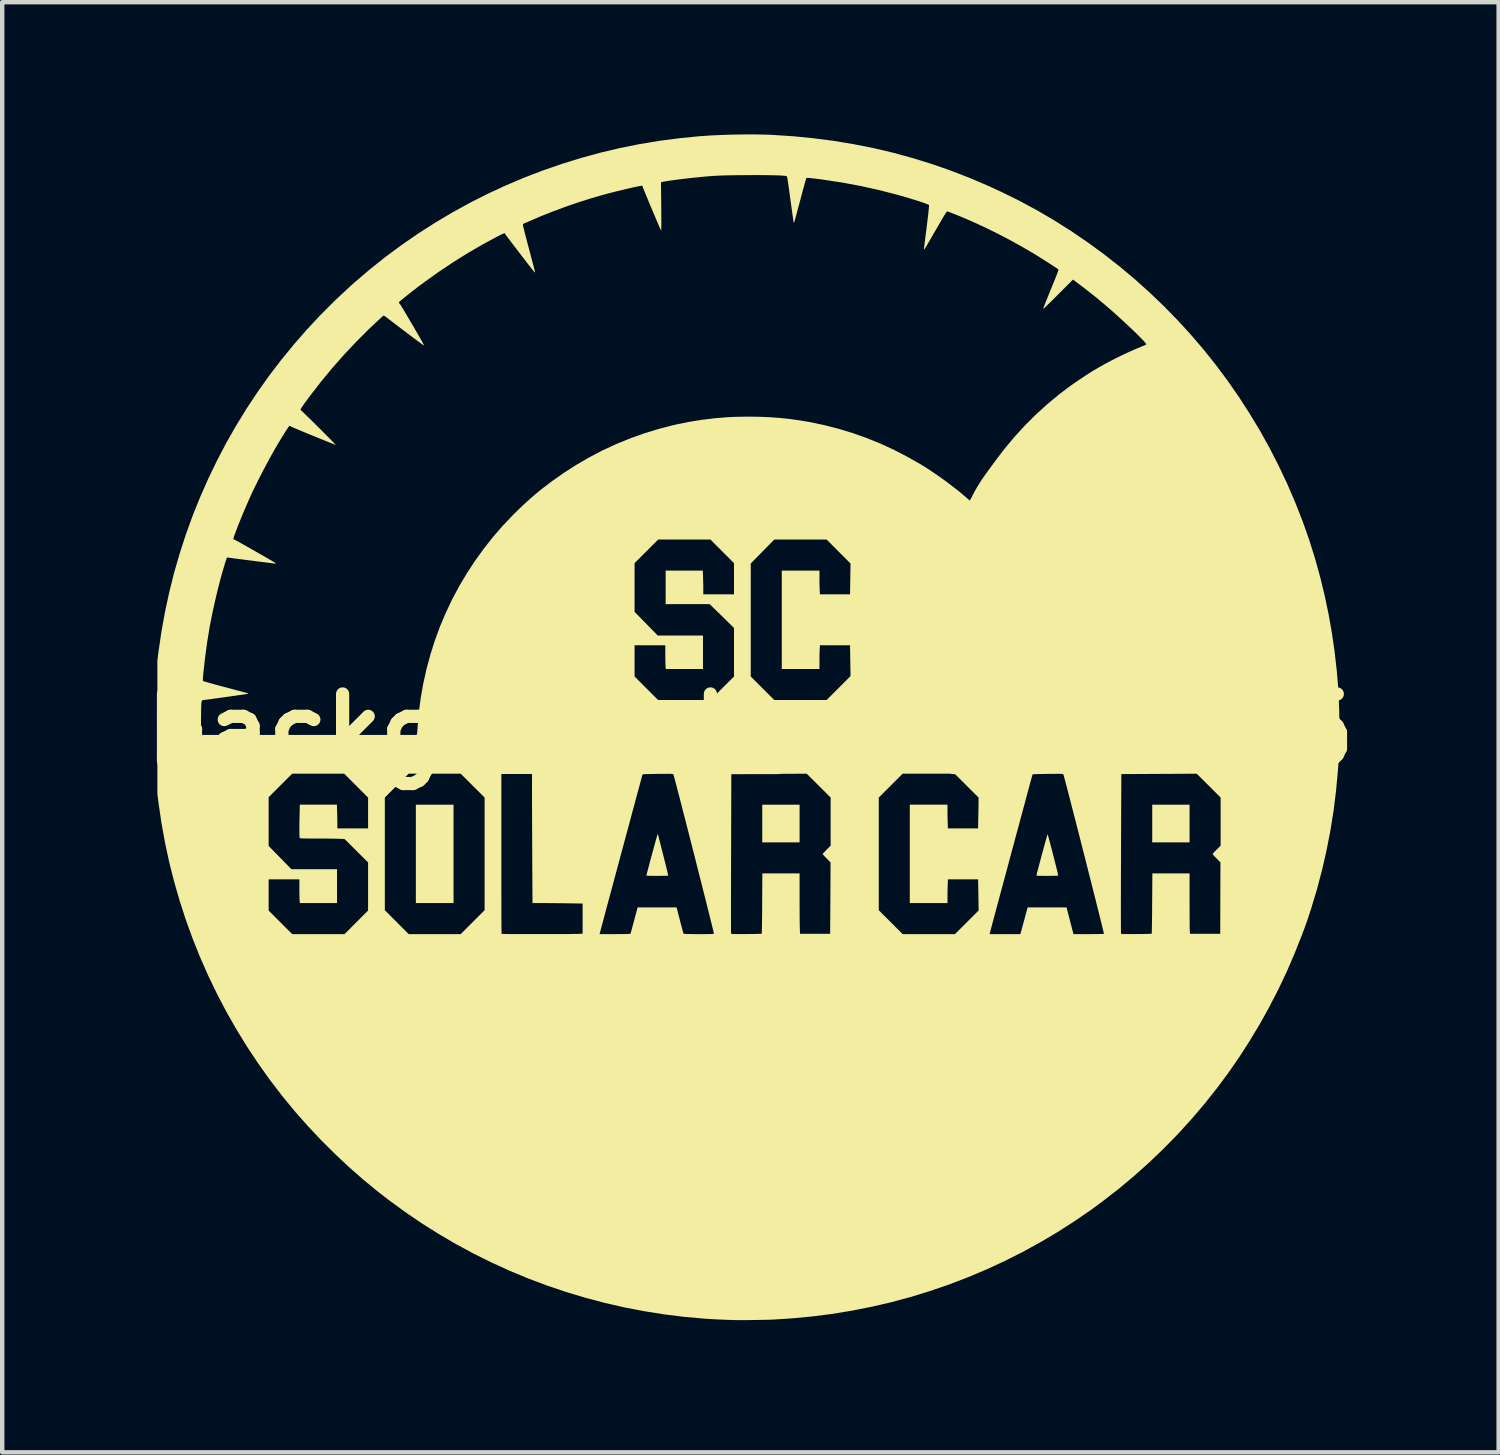
<source format=kicad_pcb>
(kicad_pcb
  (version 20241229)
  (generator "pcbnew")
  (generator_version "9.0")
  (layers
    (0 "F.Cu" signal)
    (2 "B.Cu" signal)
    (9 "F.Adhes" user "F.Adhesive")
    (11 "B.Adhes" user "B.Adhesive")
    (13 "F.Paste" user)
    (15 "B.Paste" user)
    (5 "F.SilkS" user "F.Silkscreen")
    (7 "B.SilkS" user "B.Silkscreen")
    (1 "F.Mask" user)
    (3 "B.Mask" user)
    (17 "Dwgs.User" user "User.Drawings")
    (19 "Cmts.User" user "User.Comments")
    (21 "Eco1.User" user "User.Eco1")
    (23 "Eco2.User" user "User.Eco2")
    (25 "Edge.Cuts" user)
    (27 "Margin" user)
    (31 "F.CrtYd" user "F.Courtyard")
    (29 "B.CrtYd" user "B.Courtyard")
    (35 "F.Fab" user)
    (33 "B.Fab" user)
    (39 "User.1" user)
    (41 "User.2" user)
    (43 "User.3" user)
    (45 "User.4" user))
  (footprint "background_silk_1in125"
    (layer "F.Cu")
    (at 13.977 13.531)
    (property "Reference" "background_silk_1in125" (at 0 0 0) (layer "F.SilkS") (effects (font (size 1.524 1.524) (thickness 0.3))))
    (attr board_only exclude_from_pos_files exclude_from_bom)
    (fp_poly (pts (xy -6.736 3.91) (xy -7.591 3.91) (xy -7.591 1.678) (xy -6.736 1.678)) (stroke (width 0) (type solid)) (fill yes) (layer "F.SilkS"))
    (fp_poly (pts (xy 1.116 2.533) (xy 0.269 2.533) (xy 0.269 1.678) (xy 1.116 1.678)) (stroke (width 0) (type solid)) (fill yes) (layer "F.SilkS"))
    (fp_poly (pts (xy 9.965 2.533) (xy 9.118 2.533) (xy 9.118 1.678) (xy 9.965 1.678)) (stroke (width 0) (type solid)) (fill yes) (layer "F.SilkS"))
    (fp_poly (pts (xy 6.746 2.355) (xy 6.752 2.375) (xy 6.762 2.407) (xy 6.773 2.45) (xy 6.787 2.502) (xy 6.803 2.561) (xy 6.82 2.627) (xy 6.839 2.696) (xy 6.857 2.768) (xy 6.876 2.841) (xy 6.895 2.914) (xy 6.912 2.984) (xy 6.929 3.051) (xy 6.945 3.113) (xy 6.958 3.167) (xy 6.969 3.214) (xy 6.977 3.25) (xy 6.983 3.275) (xy 6.984 3.286) (xy 6.984 3.286) (xy 6.976 3.288) (xy 6.953 3.289) (xy 6.919 3.291) (xy 6.874 3.292) (xy 6.822 3.292) (xy 6.763 3.293) (xy 6.735 3.293) (xy 6.666 3.293) (xy 6.611 3.292) (xy 6.569 3.292) (xy 6.537 3.291) (xy 6.515 3.29) (xy 6.501 3.288) (xy 6.494 3.285) (xy 6.491 3.282) (xy 6.49 3.281) (xy 6.493 3.27) (xy 6.498 3.247) (xy 6.507 3.211) (xy 6.519 3.166) (xy 6.534 3.111) (xy 6.55 3.05) (xy 6.568 2.983) (xy 6.587 2.912) (xy 6.606 2.839) (xy 6.626 2.766) (xy 6.646 2.694) (xy 6.665 2.624) (xy 6.683 2.559) (xy 6.699 2.5) (xy 6.714 2.448) (xy 6.726 2.405) (xy 6.735 2.374) (xy 6.741 2.354) (xy 6.743 2.349)) (stroke (width 0) (type solid)) (fill yes) (layer "F.SilkS"))
    (fp_poly (pts (xy -2.097 2.347) (xy -2.095 2.356) (xy -2.09 2.379) (xy -2.081 2.414) (xy -2.07 2.461) (xy -2.055 2.518) (xy -2.039 2.583) (xy -2.02 2.655) (xy -2.001 2.734) (xy -1.979 2.817) (xy -1.979 2.817) (xy -1.958 2.9) (xy -1.938 2.979) (xy -1.92 3.051) (xy -1.904 3.116) (xy -1.89 3.173) (xy -1.879 3.219) (xy -1.871 3.255) (xy -1.866 3.278) (xy -1.865 3.286) (xy -1.865 3.286) (xy -1.874 3.288) (xy -1.896 3.289) (xy -1.93 3.291) (xy -1.975 3.292) (xy -2.027 3.292) (xy -2.086 3.293) (xy -2.114 3.293) (xy -2.183 3.293) (xy -2.238 3.292) (xy -2.281 3.292) (xy -2.312 3.291) (xy -2.334 3.289) (xy -2.348 3.288) (xy -2.356 3.285) (xy -2.359 3.282) (xy -2.359 3.281) (xy -2.357 3.271) (xy -2.351 3.248) (xy -2.342 3.211) (xy -2.329 3.164) (xy -2.314 3.107) (xy -2.297 3.042) (xy -2.278 2.969) (xy -2.257 2.891) (xy -2.235 2.812) (xy -2.207 2.709) (xy -2.183 2.62) (xy -2.162 2.545) (xy -2.145 2.484) (xy -2.131 2.434) (xy -2.12 2.396) (xy -2.111 2.368) (xy -2.104 2.351) (xy -2.1 2.342) (xy -2.098 2.342)) (stroke (width 0) (type solid)) (fill yes) (layer "F.SilkS"))
    (fp_poly (pts (xy 0.207 -13.529) (xy 0.347 -13.526) (xy 0.476 -13.521) (xy 0.499 -13.52) (xy 0.968 -13.49) (xy 1.431 -13.444) (xy 1.889 -13.385) (xy 2.34 -13.31) (xy 2.786 -13.222) (xy 3.228 -13.118) (xy 3.665 -12.999) (xy 4.097 -12.866) (xy 4.526 -12.717) (xy 4.952 -12.553) (xy 5.374 -12.374) (xy 5.699 -12.225) (xy 6.102 -12.026) (xy 6.499 -11.812) (xy 6.889 -11.584) (xy 7.272 -11.342) (xy 7.647 -11.087) (xy 8.014 -10.819) (xy 8.372 -10.539) (xy 8.722 -10.246) (xy 9.061 -9.942) (xy 9.391 -9.626) (xy 9.71 -9.298) (xy 9.973 -9.011) (xy 10.267 -8.669) (xy 10.55 -8.316) (xy 10.822 -7.952) (xy 11.081 -7.579) (xy 11.328 -7.197) (xy 11.563 -6.807) (xy 11.784 -6.409) (xy 11.992 -6.003) (xy 12.186 -5.591) (xy 12.366 -5.173) (xy 12.532 -4.749) (xy 12.683 -4.321) (xy 12.693 -4.29) (xy 12.818 -3.889) (xy 12.931 -3.478) (xy 13.032 -3.06) (xy 13.121 -2.637) (xy 13.196 -2.21) (xy 13.258 -1.781) (xy 13.306 -1.352) (xy 13.333 -1.037) (xy 13.35 -0.747) (xy 13.361 -0.447) (xy 13.365 -0.142) (xy 13.363 0.164) (xy 13.355 0.467) (xy 13.341 0.762) (xy 13.333 0.879) (xy 13.291 1.34) (xy 13.235 1.8) (xy 13.162 2.257) (xy 13.074 2.711) (xy 12.971 3.161) (xy 12.853 3.608) (xy 12.719 4.051) (xy 12.624 4.338) (xy 12.606 4.387) (xy 12.59 4.432) (xy 12.576 4.472) (xy 12.565 4.502) (xy 12.558 4.52) (xy 12.557 4.524) (xy 12.55 4.539) (xy 12.54 4.566) (xy 12.526 4.602) (xy 12.511 4.643) (xy 12.503 4.662) (xy 12.343 5.067) (xy 12.169 5.47) (xy 11.979 5.87) (xy 11.776 6.264) (xy 11.56 6.653) (xy 11.331 7.034) (xy 11.091 7.407) (xy 10.859 7.743) (xy 10.586 8.111) (xy 10.301 8.47) (xy 10.003 8.819) (xy 9.694 9.158) (xy 9.373 9.486) (xy 9.041 9.803) (xy 8.699 10.109) (xy 8.347 10.403) (xy 7.984 10.684) (xy 7.734 10.868) (xy 7.354 11.129) (xy 6.967 11.377) (xy 6.573 11.61) (xy 6.172 11.83) (xy 5.763 12.036) (xy 5.349 12.227) (xy 4.928 12.404) (xy 4.502 12.567) (xy 4.07 12.715) (xy 3.634 12.849) (xy 3.193 12.968) (xy 2.747 13.071) (xy 2.297 13.16) (xy 1.844 13.234) (xy 1.387 13.292) (xy 0.928 13.335) (xy 0.514 13.361) (xy 0.462 13.363) (xy 0.398 13.365) (xy 0.324 13.366) (xy 0.243 13.368) (xy 0.157 13.37) (xy 0.069 13.371) (xy -0.018 13.372) (xy -0.102 13.373) (xy -0.181 13.373) (xy -0.252 13.373) (xy -0.313 13.373) (xy -0.361 13.372) (xy -0.368 13.372) (xy -0.45 13.369) (xy -0.541 13.366) (xy -0.637 13.362) (xy -0.735 13.358) (xy -0.83 13.353) (xy -0.918 13.348) (xy -0.997 13.343) (xy -1.033 13.341) (xy -1.493 13.3) (xy -1.95 13.244) (xy -2.404 13.172) (xy -2.854 13.086) (xy -3.3 12.984) (xy -3.742 12.867) (xy -4.179 12.736) (xy -4.611 12.59) (xy -5.038 12.43) (xy -5.459 12.255) (xy -5.873 12.066) (xy -6.282 11.864) (xy -6.683 11.647) (xy -7.077 11.416) (xy -7.464 11.172) (xy -7.843 10.914) (xy -8.213 10.643) (xy -8.45 10.46) (xy -8.784 10.185) (xy -9.113 9.897) (xy -9.433 9.596) (xy -9.745 9.285) (xy -10.046 8.965) (xy -10.335 8.638) (xy -10.61 8.304) (xy -10.624 8.286) (xy -10.904 7.921) (xy -11.17 7.547) (xy -11.423 7.166) (xy -11.663 6.776) (xy -11.889 6.379) (xy -12.101 5.974) (xy -12.3 5.563) (xy -12.484 5.145) (xy -12.654 4.722) (xy -12.81 4.293) (xy -12.879 4.08) (xy -10.931 4.08) (xy -10.664 4.347) (xy -10.397 4.615) (xy -9.209 4.615) (xy -8.675 4.08) (xy -8.675 4.072) (xy -8.295 4.072) (xy -8.024 4.343) (xy -7.753 4.615) (xy -6.574 4.615) (xy -3.421 4.615) (xy -3.105 4.615) (xy -3.034 4.614) (xy -2.967 4.614) (xy -2.906 4.614) (xy -2.852 4.613) (xy -2.808 4.612) (xy -2.775 4.611) (xy -2.756 4.61) (xy -2.754 4.61) (xy -2.719 4.605) (xy -2.559 4.009) (xy -1.674 4.009) (xy -1.599 4.302) (xy -1.582 4.368) (xy -1.566 4.429) (xy -1.551 4.484) (xy -1.539 4.53) (xy -1.529 4.567) (xy -1.521 4.592) (xy -1.518 4.604) (xy -1.517 4.605) (xy -1.508 4.607) (xy -1.485 4.609) (xy -1.451 4.611) (xy -1.406 4.612) (xy -1.354 4.613) (xy -1.295 4.614) (xy -1.233 4.615) (xy -1.169 4.615) (xy -1.105 4.615) (xy -1.043 4.615) (xy -0.985 4.614) (xy -0.934 4.614) (xy -0.89 4.612) (xy -0.856 4.611) (xy -0.835 4.609) (xy -0.827 4.607) (xy -0.829 4.599) (xy -0.834 4.576) (xy -0.842 4.539) (xy -0.854 4.489) (xy -0.869 4.428) (xy -0.887 4.355) (xy -0.908 4.271) (xy -0.931 4.179) (xy -0.953 4.089) (xy -0.441 4.089) (xy -0.441 4.195) (xy -0.441 4.29) (xy -0.441 4.373) (xy -0.44 4.445) (xy -0.44 4.504) (xy -0.44 4.55) (xy -0.439 4.582) (xy -0.439 4.599) (xy -0.439 4.601) (xy -0.437 4.605) (xy -0.432 4.608) (xy -0.424 4.61) (xy -0.411 4.612) (xy -0.392 4.613) (xy -0.364 4.614) (xy -0.328 4.614) (xy -0.281 4.614) (xy -0.221 4.614) (xy -0.148 4.613) (xy -0.091 4.613) (xy -0.018 4.612) (xy 0.049 4.612) (xy 0.109 4.611) (xy 0.162 4.609) (xy 0.205 4.608) (xy 0.236 4.607) (xy 0.254 4.606) (xy 0.258 4.605) (xy 0.258 4.596) (xy 0.259 4.573) (xy 0.26 4.536) (xy 0.261 4.487) (xy 0.262 4.427) (xy 0.263 4.357) (xy 0.264 4.277) (xy 0.265 4.19) (xy 0.266 4.097) (xy 0.267 3.997) (xy 0.267 3.918) (xy 0.271 3.237) (xy 1.116 3.237) (xy 1.116 3.79) (xy 1.116 3.887) (xy 1.116 3.981) (xy 1.117 4.073) (xy 1.117 4.16) (xy 1.118 4.241) (xy 1.118 4.313) (xy 1.119 4.375) (xy 1.12 4.426) (xy 1.121 4.463) (xy 1.121 4.475) (xy 1.126 4.607) (xy 1.81 4.607) (xy 1.813 4.072) (xy 2.913 4.072) (xy 3.184 4.343) (xy 3.455 4.615) (xy 4.642 4.615) (xy 5.428 4.615) (xy 6.125 4.615) (xy 6.131 4.597) (xy 6.134 4.585) (xy 6.141 4.56) (xy 6.151 4.524) (xy 6.164 4.477) (xy 6.179 4.423) (xy 6.195 4.362) (xy 6.213 4.297) (xy 6.214 4.294) (xy 6.29 4.009) (xy 7.174 4.009) (xy 7.239 4.262) (xy 7.256 4.326) (xy 7.271 4.386) (xy 7.286 4.442) (xy 7.298 4.49) (xy 7.308 4.529) (xy 7.316 4.556) (xy 7.318 4.565) (xy 7.331 4.615) (xy 7.674 4.615) (xy 7.755 4.614) (xy 7.827 4.614) (xy 7.89 4.613) (xy 7.942 4.612) (xy 7.982 4.611) (xy 8.009 4.609) (xy 8.021 4.608) (xy 8.022 4.607) (xy 8.02 4.599) (xy 8.015 4.576) (xy 8.007 4.539) (xy 7.995 4.489) (xy 7.98 4.428) (xy 7.962 4.355) (xy 7.941 4.272) (xy 7.918 4.179) (xy 7.901 4.111) (xy 8.406 4.111) (xy 8.406 4.217) (xy 8.407 4.309) (xy 8.407 4.388) (xy 8.407 4.454) (xy 8.408 4.508) (xy 8.409 4.55) (xy 8.409 4.579) (xy 8.41 4.597) (xy 8.411 4.603) (xy 8.413 4.606) (xy 8.418 4.608) (xy 8.428 4.61) (xy 8.443 4.612) (xy 8.466 4.613) (xy 8.496 4.614) (xy 8.537 4.614) (xy 8.589 4.614) (xy 8.653 4.614) (xy 8.732 4.613) (xy 8.759 4.613) (xy 8.831 4.612) (xy 8.898 4.612) (xy 8.959 4.611) (xy 9.011 4.61) (xy 9.053 4.609) (xy 9.085 4.607) (xy 9.102 4.606) (xy 9.106 4.606) (xy 9.107 4.597) (xy 9.108 4.574) (xy 9.109 4.537) (xy 9.11 4.488) (xy 9.111 4.428) (xy 9.112 4.358) (xy 9.113 4.278) (xy 9.114 4.191) (xy 9.115 4.098) (xy 9.115 3.999) (xy 9.116 3.919) (xy 9.121 3.237) (xy 9.965 3.237) (xy 9.965 3.861) (xy 9.965 3.961) (xy 9.966 4.057) (xy 9.966 4.149) (xy 9.966 4.234) (xy 9.967 4.312) (xy 9.967 4.382) (xy 9.968 4.441) (xy 9.969 4.488) (xy 9.969 4.523) (xy 9.97 4.544) (xy 9.97 4.546) (xy 9.976 4.607) (xy 10.661 4.607) (xy 10.663 3.797) (xy 10.666 2.988) (xy 10.577 2.897) (xy 10.547 2.866) (xy 10.521 2.838) (xy 10.501 2.816) (xy 10.49 2.802) (xy 10.488 2.798) (xy 10.493 2.79) (xy 10.508 2.773) (xy 10.53 2.749) (xy 10.558 2.72) (xy 10.579 2.699) (xy 10.67 2.608) (xy 10.67 1.516) (xy 10.399 1.245) (xy 10.128 0.975) (xy 8.417 0.984) (xy 8.411 2.278) (xy 8.41 2.529) (xy 8.409 2.764) (xy 8.409 2.983) (xy 8.408 3.188) (xy 8.407 3.378) (xy 8.407 3.553) (xy 8.407 3.713) (xy 8.406 3.86) (xy 8.406 3.992) (xy 8.406 4.111) (xy 7.901 4.111) (xy 7.893 4.077) (xy 7.865 3.967) (xy 7.836 3.851) (xy 7.805 3.728) (xy 7.772 3.599) (xy 7.739 3.466) (xy 7.704 3.329) (xy 7.668 3.188) (xy 7.632 3.046) (xy 7.596 2.902) (xy 7.559 2.758) (xy 7.522 2.613) (xy 7.486 2.47) (xy 7.45 2.329) (xy 7.414 2.19) (xy 7.38 2.055) (xy 7.346 1.924) (xy 7.314 1.799) (xy 7.283 1.679) (xy 7.254 1.566) (xy 7.227 1.461) (xy 7.201 1.364) (xy 7.179 1.276) (xy 7.158 1.199) (xy 7.141 1.132) (xy 7.126 1.077) (xy 7.114 1.034) (xy 7.106 1.005) (xy 7.102 0.99) (xy 7.101 0.988) (xy 7.097 0.985) (xy 7.09 0.983) (xy 7.079 0.981) (xy 7.062 0.979) (xy 7.039 0.978) (xy 7.008 0.978) (xy 6.966 0.977) (xy 6.914 0.978) (xy 6.849 0.978) (xy 6.77 0.979) (xy 6.746 0.979) (xy 6.663 0.981) (xy 6.594 0.982) (xy 6.538 0.983) (xy 6.494 0.984) (xy 6.461 0.985) (xy 6.436 0.987) (xy 6.419 0.988) (xy 6.408 0.991) (xy 6.403 0.993) (xy 6.4 0.996) (xy 6.4 0.996) (xy 6.397 1.007) (xy 6.39 1.033) (xy 6.38 1.071) (xy 6.366 1.123) (xy 6.348 1.186) (xy 6.328 1.261) (xy 6.305 1.345) (xy 6.28 1.44) (xy 6.252 1.542) (xy 6.223 1.653) (xy 6.191 1.771) (xy 6.158 1.894) (xy 6.123 2.023) (xy 6.087 2.157) (xy 6.05 2.294) (xy 6.012 2.434) (xy 5.974 2.577) (xy 5.935 2.72) (xy 5.896 2.864) (xy 5.858 3.008) (xy 5.82 3.15) (xy 5.782 3.29) (xy 5.745 3.428) (xy 5.709 3.561) (xy 5.674 3.69) (xy 5.641 3.814) (xy 5.609 3.932) (xy 5.579 4.043) (xy 5.552 4.146) (xy 5.526 4.24) (xy 5.504 4.325) (xy 5.484 4.4) (xy 5.467 4.464) (xy 5.453 4.516) (xy 5.442 4.555) (xy 5.435 4.58) (xy 5.433 4.591) (xy 5.432 4.592) (xy 5.428 4.615) (xy 4.642 4.615) (xy 5.179 4.078) (xy 5.173 3.725) (xy 5.167 3.372) (xy 4.482 3.372) (xy 4.477 3.485) (xy 4.476 3.531) (xy 4.474 3.588) (xy 4.473 3.65) (xy 4.472 3.712) (xy 4.472 3.754) (xy 4.472 3.91) (xy 3.617 3.91) (xy 3.617 1.678) (xy 4.472 1.678) (xy 4.472 1.834) (xy 4.472 1.893) (xy 4.473 1.955) (xy 4.475 2.016) (xy 4.476 2.071) (xy 4.477 2.103) (xy 4.482 2.216) (xy 5.166 2.216) (xy 5.171 1.961) (xy 5.173 1.894) (xy 5.174 1.826) (xy 5.175 1.763) (xy 5.176 1.705) (xy 5.176 1.656) (xy 5.177 1.619) (xy 5.177 1.611) (xy 5.177 1.516) (xy 4.905 1.245) (xy 4.634 0.974) (xy 3.455 0.974) (xy 3.184 1.245) (xy 2.913 1.516) (xy 2.913 4.072) (xy 1.813 4.072) (xy 1.815 3.797) (xy 1.819 2.988) (xy 1.729 2.897) (xy 1.698 2.866) (xy 1.672 2.838) (xy 1.652 2.816) (xy 1.641 2.802) (xy 1.638 2.798) (xy 1.644 2.79) (xy 1.659 2.773) (xy 1.681 2.749) (xy 1.709 2.72) (xy 1.729 2.699) (xy 1.821 2.608) (xy 1.821 1.516) (xy 1.549 1.245) (xy 1.278 0.975) (xy -0.433 0.984) (xy -0.438 2.786) (xy -0.439 2.954) (xy -0.439 3.117) (xy -0.44 3.276) (xy -0.44 3.43) (xy -0.44 3.577) (xy -0.441 3.717) (xy -0.441 3.85) (xy -0.441 3.974) (xy -0.441 4.089) (xy -0.953 4.089) (xy -0.957 4.077) (xy -0.984 3.967) (xy -1.013 3.85) (xy -1.044 3.727) (xy -1.077 3.599) (xy -1.11 3.465) (xy -1.145 3.328) (xy -1.181 3.188) (xy -1.217 3.046) (xy -1.253 2.902) (xy -1.29 2.757) (xy -1.327 2.613) (xy -1.363 2.47) (xy -1.399 2.329) (xy -1.435 2.19) (xy -1.469 2.055) (xy -1.503 1.924) (xy -1.535 1.799) (xy -1.566 1.679) (xy -1.595 1.566) (xy -1.622 1.461) (xy -1.648 1.364) (xy -1.67 1.276) (xy -1.691 1.199) (xy -1.708 1.132) (xy -1.723 1.077) (xy -1.735 1.034) (xy -1.743 1.005) (xy -1.747 0.99) (xy -1.748 0.988) (xy -1.753 0.985) (xy -1.759 0.983) (xy -1.77 0.981) (xy -1.787 0.979) (xy -1.81 0.978) (xy -1.842 0.978) (xy -1.883 0.977) (xy -1.936 0.978) (xy -2.001 0.978) (xy -2.08 0.979) (xy -2.103 0.979) (xy -2.186 0.981) (xy -2.255 0.982) (xy -2.311 0.983) (xy -2.355 0.984) (xy -2.388 0.985) (xy -2.413 0.987) (xy -2.43 0.988) (xy -2.441 0.991) (xy -2.447 0.993) (xy -2.449 0.996) (xy -2.449 0.996) (xy -2.452 1.008) (xy -2.459 1.033) (xy -2.47 1.073) (xy -2.484 1.124) (xy -2.501 1.188) (xy -2.521 1.263) (xy -2.544 1.348) (xy -2.57 1.442) (xy -2.598 1.545) (xy -2.627 1.656) (xy -2.659 1.774) (xy -2.693 1.898) (xy -2.727 2.027) (xy -2.763 2.161) (xy -2.8 2.298) (xy -2.838 2.438) (xy -2.876 2.581) (xy -2.915 2.724) (xy -2.954 2.868) (xy -2.992 3.011) (xy -3.031 3.154) (xy -3.068 3.294) (xy -3.105 3.431) (xy -3.141 3.565) (xy -3.176 3.694) (xy -3.209 3.818) (xy -3.241 3.935) (xy -3.271 4.046) (xy -3.298 4.149) (xy -3.323 4.243) (xy -3.346 4.328) (xy -3.366 4.402) (xy -3.383 4.466) (xy -3.397 4.517) (xy -3.407 4.556) (xy -3.414 4.581) (xy -3.417 4.592) (xy -3.417 4.593) (xy -3.421 4.615) (xy -6.574 4.615) (xy -6.302 4.343) (xy -6.031 4.072) (xy -6.031 2.793) (xy -5.651 2.793) (xy -5.651 2.961) (xy -5.651 3.125) (xy -5.651 3.284) (xy -5.651 3.438) (xy -5.651 3.585) (xy -5.651 3.725) (xy -5.65 3.858) (xy -5.65 3.982) (xy -5.65 4.097) (xy -5.65 4.203) (xy -5.649 4.298) (xy -5.649 4.381) (xy -5.648 4.453) (xy -5.648 4.512) (xy -5.647 4.558) (xy -5.647 4.589) (xy -5.646 4.606) (xy -5.646 4.609) (xy -5.638 4.61) (xy -5.615 4.611) (xy -5.578 4.611) (xy -5.529 4.612) (xy -5.47 4.613) (xy -5.401 4.613) (xy -5.323 4.613) (xy -5.238 4.614) (xy -5.148 4.614) (xy -5.052 4.614) (xy -4.953 4.614) (xy -4.852 4.614) (xy -4.75 4.614) (xy -4.648 4.614) (xy -4.547 4.614) (xy -4.449 4.614) (xy -4.356 4.614) (xy -4.267 4.613) (xy -4.184 4.613) (xy -4.11 4.613) (xy -4.044 4.612) (xy -3.988 4.611) (xy -3.943 4.611) (xy -3.911 4.61) (xy -3.896 4.609) (xy -3.807 4.604) (xy -3.807 3.921) (xy -4.188 3.915) (xy -4.273 3.914) (xy -4.36 3.913) (xy -4.446 3.912) (xy -4.528 3.912) (xy -4.605 3.911) (xy -4.673 3.91) (xy -4.729 3.91) (xy -4.757 3.91) (xy -4.944 3.91) (xy -4.95 2.99) (xy -4.95 2.857) (xy -4.951 2.719) (xy -4.952 2.578) (xy -4.952 2.437) (xy -4.953 2.296) (xy -4.953 2.158) (xy -4.954 2.025) (xy -4.954 1.899) (xy -4.955 1.782) (xy -4.955 1.675) (xy -4.955 1.581) (xy -4.955 1.526) (xy -4.955 0.981) (xy -5.651 0.981) (xy -5.651 2.793) (xy -6.031 2.793) (xy -6.031 1.516) (xy -6.303 1.245) (xy -6.574 0.974) (xy -7.753 0.974) (xy -8.024 1.245) (xy -8.295 1.516) (xy -8.295 4.072) (xy -8.675 4.072) (xy -8.675 2.988) (xy -9.209 2.456) (xy -9.36 2.451) (xy -9.401 2.45) (xy -9.455 2.449) (xy -9.52 2.448) (xy -9.593 2.447) (xy -9.671 2.446) (xy -9.752 2.446) (xy -9.833 2.446) (xy -9.863 2.446) (xy -9.953 2.446) (xy -10.028 2.445) (xy -10.09 2.445) (xy -10.138 2.444) (xy -10.175 2.443) (xy -10.201 2.441) (xy -10.217 2.439) (xy -10.225 2.437) (xy -10.225 2.436) (xy -10.229 2.424) (xy -10.231 2.397) (xy -10.233 2.353) (xy -10.234 2.294) (xy -10.234 2.22) (xy -10.234 2.13) (xy -10.232 2.025) (xy -10.229 1.905) (xy -10.229 1.898) (xy -10.224 1.678) (xy -9.382 1.678) (xy -9.377 1.857) (xy -9.375 1.916) (xy -9.374 1.975) (xy -9.373 2.032) (xy -9.372 2.081) (xy -9.372 2.12) (xy -9.372 2.127) (xy -9.372 2.216) (xy -8.675 2.216) (xy -8.675 1.516) (xy -9.217 0.974) (xy -10.397 0.974) (xy -10.664 1.241) (xy -10.931 1.508) (xy -10.931 2.614) (xy -10.415 3.142) (xy -9.38 3.142) (xy -9.38 3.91) (xy -10.224 3.91) (xy -10.229 3.833) (xy -10.231 3.802) (xy -10.232 3.759) (xy -10.233 3.707) (xy -10.234 3.65) (xy -10.234 3.591) (xy -10.234 3.564) (xy -10.234 3.372) (xy -10.931 3.372) (xy -10.931 4.08) (xy -12.879 4.08) (xy -12.951 3.858) (xy -13.077 3.419) (xy -13.189 2.976) (xy -13.285 2.528) (xy -13.366 2.077) (xy -13.432 1.623) (xy -13.433 1.616) (xy -13.456 1.432) (xy -13.456 0.095) (xy -12.469 0.095) (xy -7.575 0.095) (xy -7.567 0.077) (xy -7.565 0.064) (xy -7.561 0.037) (xy -7.558 0.001) (xy -7.554 -0.042) (xy -7.551 -0.087) (xy -7.523 -0.418) (xy -7.48 -0.749) (xy -7.421 -1.08) (xy -7.387 -1.231) (xy -2.628 -1.231) (xy -2.361 -0.964) (xy -2.094 -0.697) (xy -0.906 -0.697) (xy -0.639 -0.964) (xy -0.372 -1.231) (xy -0.372 -1.231) (xy 0.008 -1.231) (xy 0.275 -0.964) (xy 0.542 -0.697) (xy 1.73 -0.697) (xy 2.001 -0.968) (xy 2.272 -1.239) (xy 2.261 -1.939) (xy 1.578 -1.939) (xy 1.572 -1.843) (xy 1.571 -1.805) (xy 1.569 -1.755) (xy 1.568 -1.697) (xy 1.568 -1.637) (xy 1.567 -1.579) (xy 1.567 -1.574) (xy 1.567 -1.401) (xy 0.712 -1.401) (xy 0.712 -3.633) (xy 1.567 -3.633) (xy 1.567 -3.46) (xy 1.567 -3.402) (xy 1.568 -3.342) (xy 1.569 -3.284) (xy 1.571 -3.233) (xy 1.572 -3.194) (xy 1.572 -3.191) (xy 1.578 -3.095) (xy 2.261 -3.095) (xy 2.272 -3.795) (xy 2.001 -4.066) (xy 1.73 -4.338) (xy 1.136 -4.338) (xy 0.542 -4.338) (xy 0.275 -4.067) (xy 0.008 -3.795) (xy 0.008 -2.513) (xy 0.008 -1.231) (xy -0.372 -1.231) (xy -0.372 -2.332) (xy -0.648 -2.603) (xy -0.925 -2.873) (xy -1.923 -2.873) (xy -1.923 -3.633) (xy -1.079 -3.633) (xy -1.074 -3.477) (xy -1.072 -3.419) (xy -1.071 -3.357) (xy -1.069 -3.295) (xy -1.069 -3.241) (xy -1.069 -3.208) (xy -1.069 -3.095) (xy -0.372 -3.095) (xy -0.372 -3.803) (xy -0.639 -4.07) (xy -0.906 -4.338) (xy -2.093 -4.338) (xy -2.361 -4.07) (xy -2.628 -3.803) (xy -2.628 -2.698) (xy -2.365 -2.429) (xy -2.103 -2.161) (xy -1.076 -2.161) (xy -1.076 -1.401) (xy -1.921 -1.401) (xy -1.926 -1.49) (xy -1.928 -1.525) (xy -1.929 -1.573) (xy -1.93 -1.628) (xy -1.931 -1.687) (xy -1.931 -1.746) (xy -1.931 -1.759) (xy -1.931 -1.939) (xy -2.628 -1.939) (xy -2.628 -1.231) (xy -7.387 -1.231) (xy -7.347 -1.41) (xy -7.258 -1.738) (xy -7.16 -2.047) (xy -7.044 -2.364) (xy -6.912 -2.675) (xy -6.767 -2.981) (xy -6.607 -3.28) (xy -6.434 -3.572) (xy -6.248 -3.856) (xy -6.049 -4.132) (xy -5.838 -4.399) (xy -5.615 -4.656) (xy -5.38 -4.903) (xy -5.234 -5.046) (xy -5.125 -5.149) (xy -5.023 -5.241) (xy -4.925 -5.328) (xy -4.827 -5.41) (xy -4.725 -5.492) (xy -4.618 -5.575) (xy -4.528 -5.643) (xy -4.244 -5.844) (xy -3.954 -6.031) (xy -3.657 -6.203) (xy -3.353 -6.362) (xy -3.043 -6.505) (xy -2.725 -6.635) (xy -2.401 -6.75) (xy -2.071 -6.851) (xy -1.734 -6.938) (xy -1.666 -6.953) (xy -1.389 -7.009) (xy -1.107 -7.054) (xy -0.823 -7.089) (xy -0.541 -7.113) (xy -0.297 -7.124) (xy -0.039 -7.127) (xy 0.207 -7.124) (xy 0.444 -7.114) (xy 0.676 -7.097) (xy 0.904 -7.072) (xy 1.133 -7.04) (xy 1.322 -7.008) (xy 1.658 -6.939) (xy 1.99 -6.855) (xy 2.316 -6.756) (xy 2.637 -6.643) (xy 2.953 -6.514) (xy 3.265 -6.37) (xy 3.572 -6.211) (xy 3.875 -6.038) (xy 4.008 -5.955) (xy 4.146 -5.864) (xy 4.288 -5.766) (xy 4.429 -5.665) (xy 4.566 -5.562) (xy 4.697 -5.46) (xy 4.819 -5.36) (xy 4.884 -5.304) (xy 4.915 -5.276) (xy 4.943 -5.253) (xy 4.964 -5.235) (xy 4.976 -5.226) (xy 4.979 -5.224) (xy 4.984 -5.231) (xy 4.994 -5.249) (xy 5.008 -5.276) (xy 5.026 -5.31) (xy 5.029 -5.317) (xy 5.09 -5.434) (xy 5.158 -5.551) (xy 5.235 -5.675) (xy 5.238 -5.679) (xy 5.262 -5.714) (xy 5.294 -5.76) (xy 5.333 -5.815) (xy 5.377 -5.877) (xy 5.426 -5.944) (xy 5.477 -6.013) (xy 5.53 -6.085) (xy 5.582 -6.156) (xy 5.634 -6.224) (xy 5.682 -6.288) (xy 5.727 -6.346) (xy 5.766 -6.396) (xy 5.781 -6.415) (xy 6.004 -6.681) (xy 6.239 -6.937) (xy 6.485 -7.181) (xy 6.742 -7.414) (xy 7.01 -7.636) (xy 7.227 -7.801) (xy 7.275 -7.835) (xy 7.334 -7.877) (xy 7.4 -7.922) (xy 7.471 -7.97) (xy 7.543 -8.018) (xy 7.614 -8.065) (xy 7.681 -8.108) (xy 7.74 -8.146) (xy 7.781 -8.171) (xy 7.926 -8.256) (xy 8.081 -8.342) (xy 8.242 -8.427) (xy 8.407 -8.509) (xy 8.57 -8.586) (xy 8.729 -8.656) (xy 8.873 -8.716) (xy 8.91 -8.731) (xy 8.943 -8.745) (xy 8.967 -8.757) (xy 8.981 -8.764) (xy 8.982 -8.765) (xy 8.981 -8.775) (xy 8.968 -8.795) (xy 8.943 -8.825) (xy 8.907 -8.864) (xy 8.859 -8.914) (xy 8.8 -8.973) (xy 8.731 -9.041) (xy 8.65 -9.118) (xy 8.591 -9.174) (xy 8.399 -9.352) (xy 8.214 -9.519) (xy 8.031 -9.677) (xy 7.849 -9.829) (xy 7.664 -9.976) (xy 7.475 -10.121) (xy 7.461 -10.131) (xy 7.32 -10.237) (xy 6.985 -9.902) (xy 6.925 -9.842) (xy 6.869 -9.786) (xy 6.816 -9.734) (xy 6.769 -9.688) (xy 6.728 -9.649) (xy 6.694 -9.617) (xy 6.669 -9.593) (xy 6.653 -9.579) (xy 6.647 -9.575) (xy 6.646 -9.577) (xy 6.646 -9.581) (xy 6.648 -9.589) (xy 6.652 -9.6) (xy 6.657 -9.616) (xy 6.666 -9.638) (xy 6.677 -9.667) (xy 6.692 -9.705) (xy 6.71 -9.751) (xy 6.733 -9.808) (xy 6.761 -9.875) (xy 6.793 -9.955) (xy 6.831 -10.048) (xy 6.85 -10.095) (xy 6.885 -10.18) (xy 6.913 -10.251) (xy 6.937 -10.31) (xy 6.955 -10.357) (xy 6.969 -10.395) (xy 6.979 -10.423) (xy 6.986 -10.444) (xy 6.989 -10.457) (xy 6.989 -10.465) (xy 6.988 -10.468) (xy 6.976 -10.477) (xy 6.952 -10.494) (xy 6.918 -10.516) (xy 6.876 -10.544) (xy 6.827 -10.576) (xy 6.774 -10.611) (xy 6.717 -10.647) (xy 6.658 -10.684) (xy 6.6 -10.721) (xy 6.543 -10.757) (xy 6.49 -10.79) (xy 6.442 -10.819) (xy 6.411 -10.838) (xy 6.159 -10.985) (xy 5.899 -11.129) (xy 5.637 -11.266) (xy 5.376 -11.396) (xy 5.118 -11.516) (xy 4.971 -11.582) (xy 4.919 -11.604) (xy 4.863 -11.628) (xy 4.804 -11.652) (xy 4.745 -11.677) (xy 4.686 -11.701) (xy 4.631 -11.723) (xy 4.58 -11.743) (xy 4.536 -11.76) (xy 4.501 -11.774) (xy 4.477 -11.782) (xy 4.465 -11.786) (xy 4.464 -11.786) (xy 4.459 -11.782) (xy 4.449 -11.769) (xy 4.434 -11.747) (xy 4.413 -11.714) (xy 4.387 -11.672) (xy 4.355 -11.618) (xy 4.316 -11.552) (xy 4.271 -11.474) (xy 4.218 -11.383) (xy 4.199 -11.35) (xy 4.155 -11.275) (xy 4.114 -11.203) (xy 4.075 -11.136) (xy 4.04 -11.077) (xy 4.009 -11.024) (xy 3.983 -10.981) (xy 3.962 -10.948) (xy 3.948 -10.925) (xy 3.941 -10.916) (xy 3.941 -10.915) (xy 3.937 -10.922) (xy 3.937 -10.938) (xy 3.938 -10.941) (xy 3.939 -10.953) (xy 3.943 -10.98) (xy 3.948 -11.019) (xy 3.954 -11.07) (xy 3.962 -11.131) (xy 3.971 -11.2) (xy 3.98 -11.276) (xy 3.991 -11.357) (xy 4.001 -11.441) (xy 4.015 -11.552) (xy 4.026 -11.648) (xy 4.036 -11.729) (xy 4.043 -11.796) (xy 4.048 -11.848) (xy 4.052 -11.888) (xy 4.053 -11.914) (xy 4.053 -11.927) (xy 4.052 -11.929) (xy 4.042 -11.936) (xy 4.019 -11.946) (xy 3.983 -11.96) (xy 3.936 -11.977) (xy 3.88 -11.996) (xy 3.815 -12.018) (xy 3.745 -12.04) (xy 3.669 -12.064) (xy 3.59 -12.088) (xy 3.508 -12.112) (xy 3.426 -12.136) (xy 3.348 -12.158) (xy 2.934 -12.265) (xy 2.511 -12.359) (xy 2.082 -12.439) (xy 1.647 -12.505) (xy 1.548 -12.518) (xy 1.476 -12.527) (xy 1.417 -12.534) (xy 1.372 -12.539) (xy 1.337 -12.543) (xy 1.311 -12.544) (xy 1.293 -12.544) (xy 1.281 -12.543) (xy 1.273 -12.54) (xy 1.268 -12.536) (xy 1.268 -12.536) (xy 1.265 -12.527) (xy 1.258 -12.503) (xy 1.247 -12.468) (xy 1.234 -12.42) (xy 1.218 -12.363) (xy 1.2 -12.297) (xy 1.18 -12.224) (xy 1.159 -12.145) (xy 1.137 -12.061) (xy 1.132 -12.045) (xy 1.11 -11.96) (xy 1.088 -11.879) (xy 1.068 -11.804) (xy 1.049 -11.735) (xy 1.033 -11.675) (xy 1.019 -11.624) (xy 1.008 -11.584) (xy 1 -11.557) (xy 0.996 -11.543) (xy 0.996 -11.542) (xy 0.987 -11.521) (xy 0.98 -11.544) (xy 0.978 -11.556) (xy 0.974 -11.583) (xy 0.968 -11.622) (xy 0.961 -11.672) (xy 0.952 -11.732) (xy 0.943 -11.801) (xy 0.932 -11.877) (xy 0.921 -11.958) (xy 0.91 -12.039) (xy 0.898 -12.125) (xy 0.887 -12.207) (xy 0.877 -12.283) (xy 0.867 -12.353) (xy 0.858 -12.415) (xy 0.85 -12.466) (xy 0.844 -12.507) (xy 0.84 -12.534) (xy 0.837 -12.547) (xy 0.831 -12.57) (xy 0.822 -12.582) (xy 0.808 -12.587) (xy 0.804 -12.588) (xy 0.767 -12.593) (xy 0.715 -12.597) (xy 0.647 -12.601) (xy 0.564 -12.603) (xy 0.466 -12.605) (xy 0.353 -12.607) (xy 0.225 -12.608) (xy 0.083 -12.608) (xy -0.074 -12.607) (xy -0.103 -12.607) (xy -0.224 -12.606) (xy -0.331 -12.605) (xy -0.426 -12.604) (xy -0.511 -12.602) (xy -0.589 -12.601) (xy -0.66 -12.598) (xy -0.728 -12.595) (xy -0.794 -12.592) (xy -0.86 -12.588) (xy -0.927 -12.583) (xy -0.999 -12.577) (xy -1.077 -12.57) (xy -1.163 -12.561) (xy -1.206 -12.557) (xy -1.276 -12.55) (xy -1.35 -12.542) (xy -1.428 -12.533) (xy -1.508 -12.524) (xy -1.587 -12.514) (xy -1.665 -12.504) (xy -1.739 -12.494) (xy -1.807 -12.485) (xy -1.869 -12.476) (xy -1.922 -12.467) (xy -1.964 -12.46) (xy -1.994 -12.454) (xy -2.01 -12.45) (xy -2.029 -12.442) (xy -2.023 -11.896) (xy -2.022 -11.805) (xy -2.022 -11.718) (xy -2.021 -11.638) (xy -2.021 -11.565) (xy -2.021 -11.5) (xy -2.021 -11.445) (xy -2.022 -11.402) (xy -2.023 -11.371) (xy -2.023 -11.354) (xy -2.024 -11.35) (xy -2.029 -11.357) (xy -2.039 -11.377) (xy -2.053 -11.408) (xy -2.071 -11.447) (xy -2.091 -11.494) (xy -2.113 -11.546) (xy -2.115 -11.55) (xy -2.17 -11.68) (xy -2.219 -11.796) (xy -2.262 -11.898) (xy -2.3 -11.988) (xy -2.332 -12.066) (xy -2.36 -12.133) (xy -2.384 -12.19) (xy -2.403 -12.237) (xy -2.418 -12.274) (xy -2.43 -12.303) (xy -2.438 -12.325) (xy -2.443 -12.339) (xy -2.446 -12.347) (xy -2.446 -12.348) (xy -2.451 -12.362) (xy -2.457 -12.366) (xy -2.469 -12.366) (xy -2.495 -12.362) (xy -2.533 -12.355) (xy -2.583 -12.345) (xy -2.641 -12.333) (xy -2.707 -12.318) (xy -2.78 -12.302) (xy -2.857 -12.283) (xy -2.937 -12.264) (xy -3.019 -12.244) (xy -3.101 -12.223) (xy -3.182 -12.203) (xy -3.26 -12.182) (xy -3.334 -12.162) (xy -3.34 -12.161) (xy -3.614 -12.081) (xy -3.894 -11.993) (xy -4.176 -11.896) (xy -4.455 -11.793) (xy -4.727 -11.686) (xy -4.968 -11.583) (xy -5.015 -11.563) (xy -5.057 -11.544) (xy -5.094 -11.529) (xy -5.122 -11.517) (xy -5.138 -11.51) (xy -5.14 -11.509) (xy -5.154 -11.501) (xy -5.16 -11.486) (xy -5.161 -11.472) (xy -5.159 -11.46) (xy -5.153 -11.433) (xy -5.144 -11.394) (xy -5.131 -11.344) (xy -5.116 -11.284) (xy -5.098 -11.215) (xy -5.078 -11.139) (xy -5.057 -11.057) (xy -5.034 -10.971) (xy -5.022 -10.925) (xy -4.998 -10.838) (xy -4.976 -10.755) (xy -4.956 -10.677) (xy -4.937 -10.607) (xy -4.921 -10.545) (xy -4.908 -10.493) (xy -4.898 -10.451) (xy -4.891 -10.421) (xy -4.887 -10.405) (xy -4.887 -10.402) (xy -4.896 -10.403) (xy -4.903 -10.409) (xy -4.914 -10.422) (xy -4.933 -10.446) (xy -4.96 -10.48) (xy -4.992 -10.521) (xy -5.03 -10.57) (xy -5.072 -10.624) (xy -5.117 -10.682) (xy -5.165 -10.744) (xy -5.214 -10.808) (xy -5.263 -10.872) (xy -5.311 -10.935) (xy -5.358 -10.996) (xy -5.402 -11.054) (xy -5.443 -11.108) (xy -5.479 -11.155) (xy -5.509 -11.196) (xy -5.533 -11.228) (xy -5.549 -11.25) (xy -5.557 -11.262) (xy -5.558 -11.263) (xy -5.567 -11.281) (xy -5.576 -11.29) (xy -5.586 -11.288) (xy -5.608 -11.279) (xy -5.64 -11.265) (xy -5.679 -11.246) (xy -5.724 -11.224) (xy -5.752 -11.209) (xy -6.087 -11.028) (xy -6.422 -10.833) (xy -6.755 -10.624) (xy -7.084 -10.404) (xy -7.407 -10.173) (xy -7.424 -10.16) (xy -7.484 -10.116) (xy -7.545 -10.07) (xy -7.606 -10.022) (xy -7.668 -9.975) (xy -7.727 -9.928) (xy -7.783 -9.884) (xy -7.834 -9.843) (xy -7.88 -9.806) (xy -7.918 -9.774) (xy -7.948 -9.748) (xy -7.969 -9.729) (xy -7.978 -9.719) (xy -7.979 -9.717) (xy -7.974 -9.708) (xy -7.961 -9.691) (xy -7.949 -9.677) (xy -7.941 -9.666) (xy -7.926 -9.643) (xy -7.905 -9.609) (xy -7.879 -9.566) (xy -7.848 -9.514) (xy -7.814 -9.456) (xy -7.776 -9.393) (xy -7.737 -9.326) (xy -7.696 -9.257) (xy -7.655 -9.187) (xy -7.615 -9.118) (xy -7.576 -9.05) (xy -7.539 -8.987) (xy -7.505 -8.928) (xy -7.476 -8.875) (xy -7.45 -8.83) (xy -7.431 -8.795) (xy -7.417 -8.77) (xy -7.411 -8.758) (xy -7.41 -8.748) (xy -7.419 -8.748) (xy -7.419 -8.749) (xy -7.428 -8.754) (xy -7.448 -8.769) (xy -7.478 -8.79) (xy -7.516 -8.819) (xy -7.562 -8.853) (xy -7.614 -8.892) (xy -7.671 -8.934) (xy -7.731 -8.979) (xy -7.793 -9.026) (xy -7.856 -9.074) (xy -7.919 -9.121) (xy -7.979 -9.167) (xy -8.037 -9.211) (xy -8.09 -9.251) (xy -8.137 -9.287) (xy -8.178 -9.318) (xy -8.209 -9.343) (xy -8.232 -9.361) (xy -8.242 -9.369) (xy -8.266 -9.388) (xy -8.291 -9.405) (xy -8.299 -9.409) (xy -8.318 -9.417) (xy -8.33 -9.417) (xy -8.343 -9.407) (xy -8.349 -9.402) (xy -8.653 -9.117) (xy -8.942 -8.828) (xy -9.219 -8.534) (xy -9.485 -8.233) (xy -9.741 -7.923) (xy -9.989 -7.603) (xy -10.092 -7.464) (xy -10.132 -7.409) (xy -10.163 -7.364) (xy -10.185 -7.331) (xy -10.2 -7.306) (xy -10.208 -7.289) (xy -10.209 -7.279) (xy -10.204 -7.275) (xy -10.201 -7.274) (xy -10.194 -7.269) (xy -10.177 -7.253) (xy -10.151 -7.229) (xy -10.118 -7.196) (xy -10.077 -7.157) (xy -10.031 -7.112) (xy -9.981 -7.063) (xy -9.927 -7.009) (xy -9.871 -6.954) (xy -9.814 -6.897) (xy -9.756 -6.84) (xy -9.7 -6.783) (xy -9.645 -6.728) (xy -9.594 -6.677) (xy -9.547 -6.629) (xy -9.505 -6.587) (xy -9.469 -6.55) (xy -9.442 -6.521) (xy -9.422 -6.501) (xy -9.412 -6.49) (xy -9.412 -6.488) (xy -9.419 -6.49) (xy -9.441 -6.498) (xy -9.473 -6.51) (xy -9.516 -6.527) (xy -9.568 -6.548) (xy -9.627 -6.572) (xy -9.692 -6.598) (xy -9.762 -6.626) (xy -9.834 -6.656) (xy -9.908 -6.686) (xy -9.982 -6.716) (xy -10.055 -6.746) (xy -10.125 -6.775) (xy -10.191 -6.802) (xy -10.25 -6.827) (xy -10.303 -6.85) (xy -10.347 -6.868) (xy -10.381 -6.883) (xy -10.403 -6.893) (xy -10.412 -6.897) (xy -10.434 -6.909) (xy -10.452 -6.917) (xy -10.458 -6.918) (xy -10.466 -6.911) (xy -10.481 -6.892) (xy -10.502 -6.861) (xy -10.53 -6.819) (xy -10.563 -6.767) (xy -10.601 -6.707) (xy -10.643 -6.639) (xy -10.688 -6.564) (xy -10.716 -6.518) (xy -10.777 -6.414) (xy -10.843 -6.298) (xy -10.912 -6.173) (xy -10.983 -6.042) (xy -11.054 -5.907) (xy -11.123 -5.773) (xy -11.19 -5.641) (xy -11.252 -5.515) (xy -11.309 -5.397) (xy -11.341 -5.327) (xy -11.375 -5.251) (xy -11.41 -5.171) (xy -11.446 -5.088) (xy -11.482 -5.004) (xy -11.518 -4.92) (xy -11.552 -4.836) (xy -11.585 -4.755) (xy -11.616 -4.678) (xy -11.644 -4.605) (xy -11.669 -4.539) (xy -11.691 -4.481) (xy -11.709 -4.431) (xy -11.722 -4.392) (xy -11.73 -4.364) (xy -11.732 -4.349) (xy -11.731 -4.347) (xy -11.72 -4.34) (xy -11.706 -4.336) (xy -11.696 -4.332) (xy -11.674 -4.32) (xy -11.641 -4.302) (xy -11.599 -4.279) (xy -11.548 -4.25) (xy -11.491 -4.218) (xy -11.429 -4.183) (xy -11.362 -4.145) (xy -11.294 -4.106) (xy -11.224 -4.066) (xy -11.154 -4.026) (xy -11.086 -3.987) (xy -11.021 -3.95) (xy -10.961 -3.915) (xy -10.907 -3.883) (xy -10.86 -3.856) (xy -10.821 -3.833) (xy -10.793 -3.816) (xy -10.777 -3.805) (xy -10.773 -3.802) (xy -10.767 -3.794) (xy -10.769 -3.791) (xy -10.779 -3.792) (xy -10.804 -3.795) (xy -10.84 -3.8) (xy -10.888 -3.806) (xy -10.946 -3.813) (xy -11.011 -3.821) (xy -11.082 -3.83) (xy -11.158 -3.839) (xy -11.237 -3.849) (xy -11.318 -3.86) (xy -11.398 -3.87) (xy -11.477 -3.88) (xy -11.553 -3.89) (xy -11.624 -3.899) (xy -11.688 -3.907) (xy -11.745 -3.915) (xy -11.792 -3.921) (xy -11.828 -3.926) (xy -11.851 -3.929) (xy -11.86 -3.93) (xy -11.869 -3.932) (xy -11.875 -3.929) (xy -11.882 -3.92) (xy -11.889 -3.902) (xy -11.898 -3.873) (xy -11.907 -3.846) (xy -11.941 -3.734) (xy -11.973 -3.627) (xy -12.002 -3.523) (xy -12.031 -3.418) (xy -12.06 -3.307) (xy -12.09 -3.188) (xy -12.121 -3.059) (xy -12.199 -2.714) (xy -12.267 -2.371) (xy -12.324 -2.025) (xy -12.372 -1.673) (xy -12.412 -1.315) (xy -12.417 -1.256) (xy -12.421 -1.211) (xy -12.423 -1.178) (xy -12.424 -1.155) (xy -12.423 -1.14) (xy -12.42 -1.132) (xy -12.418 -1.128) (xy -12.408 -1.125) (xy -12.385 -1.117) (xy -12.349 -1.106) (xy -12.302 -1.093) (xy -12.245 -1.077) (xy -12.179 -1.059) (xy -12.106 -1.038) (xy -12.026 -1.017) (xy -11.943 -0.995) (xy -11.928 -0.991) (xy -11.823 -0.963) (xy -11.733 -0.939) (xy -11.655 -0.918) (xy -11.59 -0.901) (xy -11.536 -0.886) (xy -11.493 -0.874) (xy -11.459 -0.865) (xy -11.433 -0.857) (xy -11.414 -0.852) (xy -11.402 -0.848) (xy -11.395 -0.845) (xy -11.393 -0.843) (xy -11.393 -0.842) (xy -11.396 -0.84) (xy -11.401 -0.839) (xy -11.406 -0.838) (xy -11.406 -0.838) (xy -11.417 -0.836) (xy -11.441 -0.832) (xy -11.478 -0.826) (xy -11.526 -0.819) (xy -11.583 -0.811) (xy -11.647 -0.802) (xy -11.717 -0.791) (xy -11.791 -0.781) (xy -11.868 -0.77) (xy -11.945 -0.759) (xy -12.021 -0.749) (xy -12.095 -0.738) (xy -12.164 -0.729) (xy -12.228 -0.72) (xy -12.284 -0.712) (xy -12.331 -0.706) (xy -12.367 -0.702) (xy -12.39 -0.699) (xy -12.393 -0.699) (xy -12.408 -0.697) (xy -12.421 -0.696) (xy -12.431 -0.693) (xy -12.44 -0.688) (xy -12.446 -0.678) (xy -12.452 -0.664) (xy -12.455 -0.642) (xy -12.458 -0.613) (xy -12.46 -0.575) (xy -12.462 -0.526) (xy -12.463 -0.465) (xy -12.464 -0.392) (xy -12.465 -0.304) (xy -12.465 -0.285) (xy -12.469 0.095) (xy -13.456 0.095) (xy -13.456 -1.591) (xy -13.433 -1.775) (xy -13.367 -2.23) (xy -13.286 -2.681) (xy -13.19 -3.128) (xy -13.08 -3.571) (xy -12.954 -4.009) (xy -12.814 -4.441) (xy -12.66 -4.868) (xy -12.491 -5.289) (xy -12.308 -5.704) (xy -12.112 -6.112) (xy -11.902 -6.514) (xy -11.678 -6.908) (xy -11.441 -7.295) (xy -11.191 -7.674) (xy -10.928 -8.045) (xy -10.652 -8.407) (xy -10.363 -8.76) (xy -10.062 -9.105) (xy -9.749 -9.439) (xy -9.424 -9.764) (xy -9.087 -10.079) (xy -8.985 -10.17) (xy -8.637 -10.467) (xy -8.28 -10.751) (xy -7.914 -11.022) (xy -7.539 -11.281) (xy -7.156 -11.526) (xy -6.766 -11.758) (xy -6.368 -11.977) (xy -5.963 -12.182) (xy -5.551 -12.373) (xy -5.133 -12.55) (xy -4.709 -12.713) (xy -4.28 -12.861) (xy -3.846 -12.996) (xy -3.407 -13.116) (xy -2.963 -13.221) (xy -2.516 -13.311) (xy -2.064 -13.386) (xy -1.61 -13.445) (xy -1.153 -13.49) (xy -1.029 -13.499) (xy -0.89 -13.508) (xy -0.741 -13.515) (xy -0.585 -13.521) (xy -0.424 -13.526) (xy -0.262 -13.529) (xy -0.101 -13.531) (xy 0.056 -13.531)) (stroke (width 0) (type solid)) (fill yes) (layer "F.SilkS")))
  (gr_rect
    (start -3 -3)
    (end 30.955 29.904)
    (stroke (width 0.1) (type default))
    (fill no)
    (layer "Edge.Cuts")))
</source>
